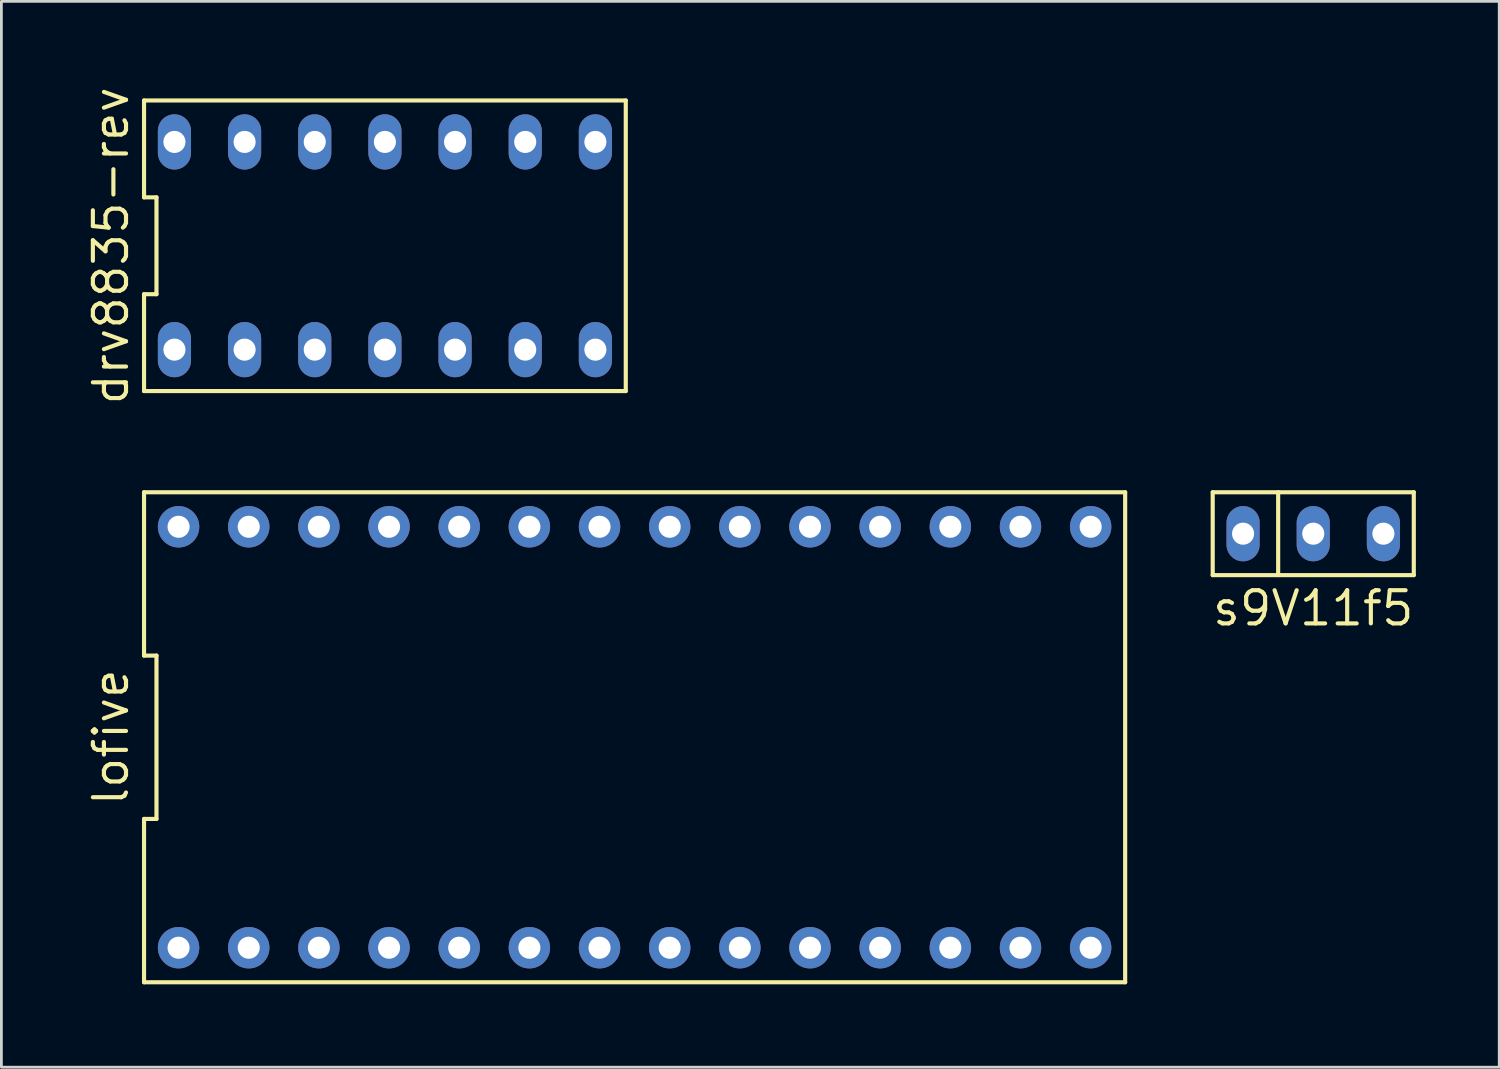
<source format=kicad_pcb>
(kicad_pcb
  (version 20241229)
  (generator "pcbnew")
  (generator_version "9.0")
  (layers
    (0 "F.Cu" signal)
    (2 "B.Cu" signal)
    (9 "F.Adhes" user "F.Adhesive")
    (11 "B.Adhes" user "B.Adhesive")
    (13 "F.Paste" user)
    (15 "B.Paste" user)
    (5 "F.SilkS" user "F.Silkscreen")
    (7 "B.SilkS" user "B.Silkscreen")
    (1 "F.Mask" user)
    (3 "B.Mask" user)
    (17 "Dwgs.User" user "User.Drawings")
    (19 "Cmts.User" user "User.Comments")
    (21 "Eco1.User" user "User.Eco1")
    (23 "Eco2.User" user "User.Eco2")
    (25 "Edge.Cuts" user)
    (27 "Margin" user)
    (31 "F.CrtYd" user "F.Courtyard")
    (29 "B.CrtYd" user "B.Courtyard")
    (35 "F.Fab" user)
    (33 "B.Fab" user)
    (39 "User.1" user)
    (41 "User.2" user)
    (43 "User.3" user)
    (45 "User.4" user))
  (footprint "s9V11f5"
    (layer "F.Cu")
    (at 44.494 16.271)
    (property "Reference" "s9V11f5" (at 0 2.7 0) (layer "F.SilkS") (effects (font (size 1.2 1.2) (thickness 0.15))))
    (attr through_hole)
    (fp_line (start -3.64 -1.5) (end 3.64 -1.5) (stroke (width 0.15) (type solid)) (layer "F.SilkS"))
    (fp_line (start -3.64 1.5) (end -3.64 -1.5) (stroke (width 0.15) (type solid)) (layer "F.SilkS"))
    (fp_line (start -1.27 -1.5) (end -1.27 1.5) (stroke (width 0.15) (type solid)) (layer "F.SilkS"))
    (fp_line (start 3.64 -1.5) (end 3.64 1.5) (stroke (width 0.15) (type solid)) (layer "F.SilkS"))
    (fp_line (start 3.64 1.5) (end -3.64 1.5) (stroke (width 0.15) (type solid)) (layer "F.SilkS"))
    (pad "1" thru_hole oval (at -2.54 0) (size 1.2 2) (drill 0.8) (layers "*.Cu" "*.Mask"))
    (pad "2" thru_hole oval (at 0 0) (size 1.2 2) (drill 0.8) (layers "*.Cu" "*.Mask"))
    (pad "3" thru_hole oval (at 2.54 0) (size 1.2 2) (drill 0.8) (layers "*.Cu" "*.Mask")))
  (footprint "lofive"
    (layer "F.Cu")
    (at 19.925 23.641)
    (property "Reference" "lofive" (at -18.96 0 90) (layer "F.SilkS") (effects (font (size 1.2 1.2) (thickness 0.15))))
    (attr through_hole)
    (fp_line (start -17.76 -8.87) (end -17.76 -2.957) (stroke (width 0.15) (type solid)) (layer "F.SilkS"))
    (fp_line (start -17.76 -2.957) (end -17.31 -2.957) (stroke (width 0.15) (type solid)) (layer "F.SilkS"))
    (fp_line (start -17.76 2.957) (end -17.76 8.87) (stroke (width 0.15) (type solid)) (layer "F.SilkS"))
    (fp_line (start -17.76 8.87) (end 17.76 8.87) (stroke (width 0.15) (type solid)) (layer "F.SilkS"))
    (fp_line (start -17.31 -2.957) (end -17.31 2.957) (stroke (width 0.15) (type solid)) (layer "F.SilkS"))
    (fp_line (start -17.31 2.957) (end -17.76 2.957) (stroke (width 0.15) (type solid)) (layer "F.SilkS"))
    (fp_line (start 17.76 -8.87) (end -17.76 -8.87) (stroke (width 0.15) (type solid)) (layer "F.SilkS"))
    (fp_line (start 17.76 8.87) (end 17.76 -8.87) (stroke (width 0.15) (type solid)) (layer "F.SilkS"))
    (pad "1" thru_hole circle (at -16.51 7.62) (size 1.5 1.5) (drill 0.8) (layers "*.Cu" "*.Mask"))
    (pad "2" thru_hole circle (at -13.97 7.62) (size 1.5 1.5) (drill 0.8) (layers "*.Cu" "*.Mask"))
    (pad "3" thru_hole circle (at -11.43 7.62) (size 1.5 1.5) (drill 0.8) (layers "*.Cu" "*.Mask"))
    (pad "4" thru_hole circle (at -8.89 7.62) (size 1.5 1.5) (drill 0.8) (layers "*.Cu" "*.Mask"))
    (pad "5" thru_hole circle (at -6.35 7.62) (size 1.5 1.5) (drill 0.8) (layers "*.Cu" "*.Mask"))
    (pad "6" thru_hole circle (at -3.81 7.62) (size 1.5 1.5) (drill 0.8) (layers "*.Cu" "*.Mask"))
    (pad "7" thru_hole circle (at -1.27 7.62) (size 1.5 1.5) (drill 0.8) (layers "*.Cu" "*.Mask"))
    (pad "8" thru_hole circle (at 1.27 7.62) (size 1.5 1.5) (drill 0.8) (layers "*.Cu" "*.Mask"))
    (pad "9" thru_hole circle (at 3.81 7.62) (size 1.5 1.5) (drill 0.8) (layers "*.Cu" "*.Mask"))
    (pad "10" thru_hole circle (at 6.35 7.62) (size 1.5 1.5) (drill 0.8) (layers "*.Cu" "*.Mask"))
    (pad "11" thru_hole circle (at 8.89 7.62) (size 1.5 1.5) (drill 0.8) (layers "*.Cu" "*.Mask"))
    (pad "12" thru_hole circle (at 11.43 7.62) (size 1.5 1.5) (drill 0.8) (layers "*.Cu" "*.Mask"))
    (pad "13" thru_hole circle (at 13.97 7.62) (size 1.5 1.5) (drill 0.8) (layers "*.Cu" "*.Mask"))
    (pad "14" thru_hole circle (at 16.51 7.62) (size 1.5 1.5) (drill 0.8) (layers "*.Cu" "*.Mask"))
    (pad "15" thru_hole circle (at 16.51 -7.62) (size 1.5 1.5) (drill 0.8) (layers "*.Cu" "*.Mask"))
    (pad "16" thru_hole circle (at 13.97 -7.62) (size 1.5 1.5) (drill 0.8) (layers "*.Cu" "*.Mask"))
    (pad "17" thru_hole circle (at 11.43 -7.62) (size 1.5 1.5) (drill 0.8) (layers "*.Cu" "*.Mask"))
    (pad "18" thru_hole circle (at 8.89 -7.62) (size 1.5 1.5) (drill 0.8) (layers "*.Cu" "*.Mask"))
    (pad "19" thru_hole circle (at 6.35 -7.62) (size 1.5 1.5) (drill 0.8) (layers "*.Cu" "*.Mask"))
    (pad "20" thru_hole circle (at 3.81 -7.62) (size 1.5 1.5) (drill 0.8) (layers "*.Cu" "*.Mask"))
    (pad "21" thru_hole circle (at 1.27 -7.62) (size 1.5 1.5) (drill 0.8) (layers "*.Cu" "*.Mask"))
    (pad "22" thru_hole circle (at -1.27 -7.62) (size 1.5 1.5) (drill 0.8) (layers "*.Cu" "*.Mask"))
    (pad "23" thru_hole circle (at -3.81 -7.62) (size 1.5 1.5) (drill 0.8) (layers "*.Cu" "*.Mask"))
    (pad "24" thru_hole circle (at -6.35 -7.62) (size 1.5 1.5) (drill 0.8) (layers "*.Cu" "*.Mask"))
    (pad "25" thru_hole circle (at -8.89 -7.62) (size 1.5 1.5) (drill 0.8) (layers "*.Cu" "*.Mask"))
    (pad "26" thru_hole circle (at -11.43 -7.62) (size 1.5 1.5) (drill 0.8) (layers "*.Cu" "*.Mask"))
    (pad "27" thru_hole circle (at -13.97 -7.62) (size 1.5 1.5) (drill 0.8) (layers "*.Cu" "*.Mask"))
    (pad "28" thru_hole circle (at -16.51 -7.62) (size 1.5 1.5) (drill 0.8) (layers "*.Cu" "*.Mask")))
  (footprint "drv8835-rev"
    (layer "F.Cu")
    (at 10.885 5.848)
    (property "Reference" "drv8835-rev" (at -9.92 0 90) (layer "F.SilkS") (effects (font (size 1.2 1.2) (thickness 0.15))))
    (attr through_hole)
    (fp_line (start -8.72 -5.26) (end -8.72 -1.753) (stroke (width 0.15) (type solid)) (layer "F.SilkS"))
    (fp_line (start -8.72 -1.753) (end -8.27 -1.753) (stroke (width 0.15) (type solid)) (layer "F.SilkS"))
    (fp_line (start -8.72 1.753) (end -8.72 5.26) (stroke (width 0.15) (type solid)) (layer "F.SilkS"))
    (fp_line (start -8.72 5.26) (end 8.72 5.26) (stroke (width 0.15) (type solid)) (layer "F.SilkS"))
    (fp_line (start -8.27 -1.753) (end -8.27 1.753) (stroke (width 0.15) (type solid)) (layer "F.SilkS"))
    (fp_line (start -8.27 1.753) (end -8.72 1.753) (stroke (width 0.15) (type solid)) (layer "F.SilkS"))
    (fp_line (start 8.72 -5.26) (end -8.72 -5.26) (stroke (width 0.15) (type solid)) (layer "F.SilkS"))
    (fp_line (start 8.72 5.26) (end 8.72 -5.26) (stroke (width 0.15) (type solid)) (layer "F.SilkS"))
    (pad "1" thru_hole oval (at -7.62 -3.76) (size 1.2 2) (drill 0.8) (layers "*.Cu" "*.Mask"))
    (pad "2" thru_hole oval (at -5.08 -3.76) (size 1.2 2) (drill 0.8) (layers "*.Cu" "*.Mask"))
    (pad "3" thru_hole oval (at -2.54 -3.76) (size 1.2 2) (drill 0.8) (layers "*.Cu" "*.Mask"))
    (pad "4" thru_hole oval (at 0 -3.76) (size 1.2 2) (drill 0.8) (layers "*.Cu" "*.Mask"))
    (pad "5" thru_hole oval (at 2.54 -3.76) (size 1.2 2) (drill 0.8) (layers "*.Cu" "*.Mask"))
    (pad "6" thru_hole oval (at 5.08 -3.76) (size 1.2 2) (drill 0.8) (layers "*.Cu" "*.Mask"))
    (pad "7" thru_hole oval (at 7.62 -3.76) (size 1.2 2) (drill 0.8) (layers "*.Cu" "*.Mask"))
    (pad "8" thru_hole oval (at 7.62 3.76) (size 1.2 2) (drill 0.8) (layers "*.Cu" "*.Mask"))
    (pad "9" thru_hole oval (at 5.08 3.76) (size 1.2 2) (drill 0.8) (layers "*.Cu" "*.Mask"))
    (pad "10" thru_hole oval (at 2.54 3.76) (size 1.2 2) (drill 0.8) (layers "*.Cu" "*.Mask"))
    (pad "11" thru_hole oval (at 0 3.76) (size 1.2 2) (drill 0.8) (layers "*.Cu" "*.Mask"))
    (pad "12" thru_hole oval (at -2.54 3.76) (size 1.2 2) (drill 0.8) (layers "*.Cu" "*.Mask"))
    (pad "13" thru_hole oval (at -5.08 3.76) (size 1.2 2) (drill 0.8) (layers "*.Cu" "*.Mask"))
    (pad "14" thru_hole oval (at -7.62 3.76) (size 1.2 2) (drill 0.8) (layers "*.Cu" "*.Mask")))
  (gr_rect
    (start -3 -3)
    (end 51.227 35.586)
    (stroke (width 0.1) (type default))
    (fill no)
    (layer "Edge.Cuts")))
</source>
